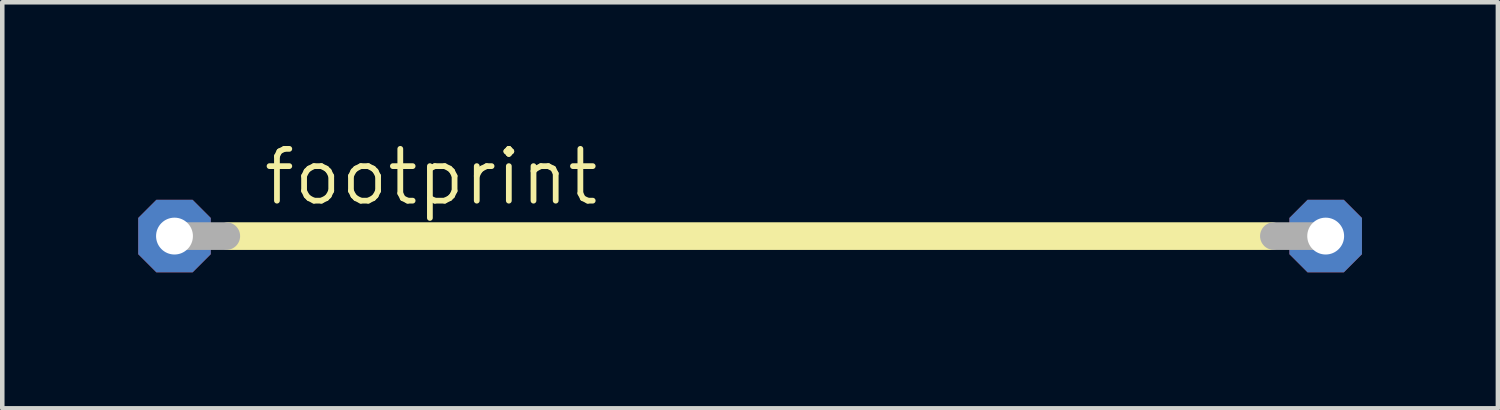
<source format=kicad_pcb>
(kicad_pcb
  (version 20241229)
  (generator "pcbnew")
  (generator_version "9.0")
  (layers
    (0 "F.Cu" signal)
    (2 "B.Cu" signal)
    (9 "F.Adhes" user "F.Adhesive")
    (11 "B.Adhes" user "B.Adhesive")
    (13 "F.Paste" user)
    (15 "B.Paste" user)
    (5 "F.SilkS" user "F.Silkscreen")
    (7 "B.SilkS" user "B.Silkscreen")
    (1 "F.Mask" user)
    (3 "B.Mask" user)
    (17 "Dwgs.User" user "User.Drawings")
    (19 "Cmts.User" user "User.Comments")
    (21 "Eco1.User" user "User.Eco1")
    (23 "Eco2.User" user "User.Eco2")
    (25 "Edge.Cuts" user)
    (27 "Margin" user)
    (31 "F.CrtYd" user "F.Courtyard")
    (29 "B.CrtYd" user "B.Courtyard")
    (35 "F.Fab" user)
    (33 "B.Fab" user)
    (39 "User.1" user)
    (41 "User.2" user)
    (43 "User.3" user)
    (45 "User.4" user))
  (footprint "footprint"
    (layer "F.Cu")
    (at 13.5 2.159)
    (property "Reference" "footprint" (at -10.795 -0.635 0) (layer "F.SilkS") (effects (font (size 1.143 1.143) (thickness 0.127)) (justify left bottom)))
    (fp_line (start -11.506 0) (end 11.506 0) (stroke (width 0.61) (type solid)) (layer "F.SilkS"))
    (fp_line (start -12.7 0) (end -11.557 0) (stroke (width 0.61) (type solid)) (layer "F.Fab"))
    (fp_line (start 12.7 0) (end 11.557 0) (stroke (width 0.61) (type solid)) (layer "F.Fab"))
    (pad "1" thru_hole roundrect (at -12.7 0) (size 1.6 1.6) (drill 0.813) (layers "*.Cu" "*.Mask") (roundrect_rratio 0.25) (chamfer_ratio 0.25) (chamfer top_left top_right bottom_left bottom_right))
    (pad "2" thru_hole roundrect (at 12.7 0) (size 1.6 1.6) (drill 0.813) (layers "*.Cu" "*.Mask") (roundrect_rratio 0.25) (chamfer_ratio 0.25) (chamfer top_left top_right bottom_left bottom_right)))
  (gr_rect
    (start -3 -3)
    (end 30 5.959)
    (stroke (width 0.1) (type default))
    (fill no)
    (layer "Edge.Cuts")))
</source>
